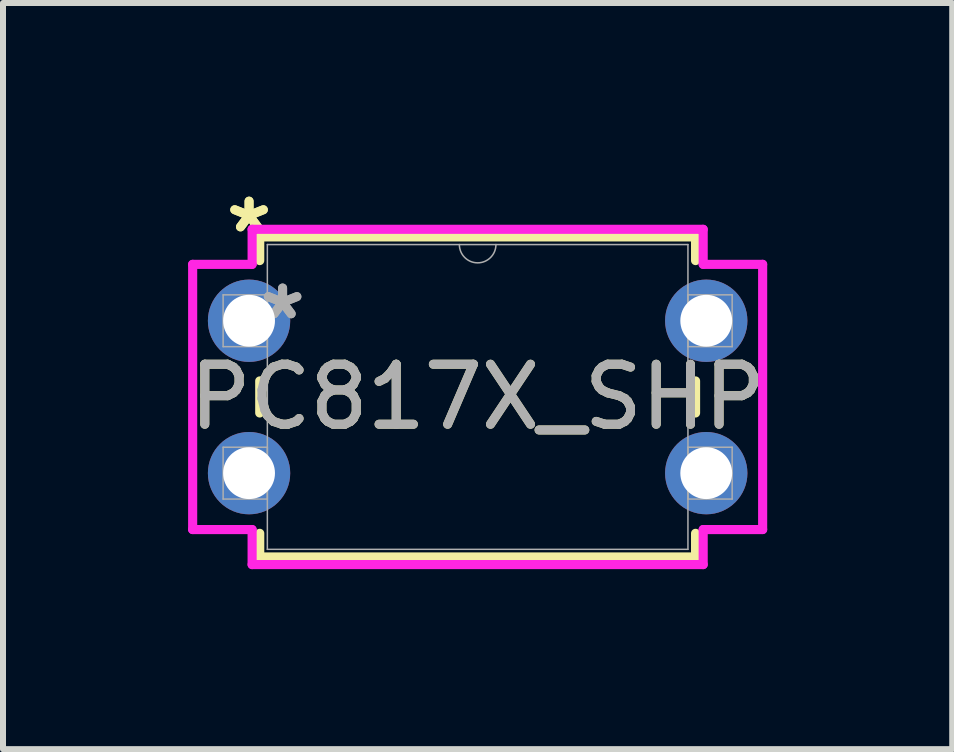
<source format=kicad_pcb>
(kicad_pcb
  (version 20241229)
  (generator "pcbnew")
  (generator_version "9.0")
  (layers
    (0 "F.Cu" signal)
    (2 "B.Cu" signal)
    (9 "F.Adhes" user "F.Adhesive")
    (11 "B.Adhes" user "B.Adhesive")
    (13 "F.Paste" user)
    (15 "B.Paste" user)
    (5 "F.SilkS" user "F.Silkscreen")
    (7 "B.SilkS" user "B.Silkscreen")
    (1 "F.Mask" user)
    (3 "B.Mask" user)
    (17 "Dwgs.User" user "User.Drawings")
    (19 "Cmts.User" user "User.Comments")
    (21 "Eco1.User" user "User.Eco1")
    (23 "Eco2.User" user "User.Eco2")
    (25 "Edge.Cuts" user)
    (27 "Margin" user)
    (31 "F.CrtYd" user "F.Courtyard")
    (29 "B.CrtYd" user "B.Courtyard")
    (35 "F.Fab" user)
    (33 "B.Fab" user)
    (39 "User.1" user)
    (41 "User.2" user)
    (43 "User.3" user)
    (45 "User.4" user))
  (footprint "PC817X_SHP"
    (layer "F.Cu")
    (at 1.101 2.296)
    (property "Reference" "PC817X_SHP" (at 3.81 1.27 0) (unlocked yes) (layer "F.SilkS") (effects (font (size 1 1) (thickness 0.15))))
    (attr through_hole)
    (fp_line (start 0.178 -1.397) (end 0.178 -1.003) (stroke (width 0.152) (type solid)) (layer "F.SilkS"))
    (fp_line (start 0.178 1.003) (end 0.178 1.537) (stroke (width 0.152) (type solid)) (layer "F.SilkS"))
    (fp_line (start 0.178 3.543) (end 0.178 3.937) (stroke (width 0.152) (type solid)) (layer "F.SilkS"))
    (fp_line (start 0.178 3.937) (end 7.442 3.937) (stroke (width 0.152) (type solid)) (layer "F.SilkS"))
    (fp_line (start 7.442 -1.397) (end 0.178 -1.397) (stroke (width 0.152) (type solid)) (layer "F.SilkS"))
    (fp_line (start 7.442 -1.003) (end 7.442 -1.397) (stroke (width 0.152) (type solid)) (layer "F.SilkS"))
    (fp_line (start 7.442 1.537) (end 7.442 1.003) (stroke (width 0.152) (type solid)) (layer "F.SilkS"))
    (fp_line (start 7.442 3.937) (end 7.442 3.543) (stroke (width 0.152) (type solid)) (layer "F.SilkS"))
    (fp_line (start -0.94 -0.94) (end 0.051 -0.94) (stroke (width 0.152) (type solid)) (layer "F.CrtYd"))
    (fp_line (start -0.94 3.48) (end -0.94 -0.94) (stroke (width 0.152) (type solid)) (layer "F.CrtYd"))
    (fp_line (start 0.051 -1.524) (end 7.569 -1.524) (stroke (width 0.152) (type solid)) (layer "F.CrtYd"))
    (fp_line (start 0.051 -0.94) (end 0.051 -1.524) (stroke (width 0.152) (type solid)) (layer "F.CrtYd"))
    (fp_line (start 0.051 3.48) (end -0.94 3.48) (stroke (width 0.152) (type solid)) (layer "F.CrtYd"))
    (fp_line (start 0.051 4.064) (end 0.051 3.48) (stroke (width 0.152) (type solid)) (layer "F.CrtYd"))
    (fp_line (start 7.569 -1.524) (end 7.569 -0.94) (stroke (width 0.152) (type solid)) (layer "F.CrtYd"))
    (fp_line (start 7.569 3.48) (end 7.569 4.064) (stroke (width 0.152) (type solid)) (layer "F.CrtYd"))
    (fp_line (start 7.569 4.064) (end 0.051 4.064) (stroke (width 0.152) (type solid)) (layer "F.CrtYd"))
    (fp_line (start 8.56 -0.94) (end 7.569 -0.94) (stroke (width 0.152) (type solid)) (layer "F.CrtYd"))
    (fp_line (start 8.56 -0.94) (end 8.56 3.48) (stroke (width 0.152) (type solid)) (layer "F.CrtYd"))
    (fp_line (start 8.56 3.48) (end 7.569 3.48) (stroke (width 0.152) (type solid)) (layer "F.CrtYd"))
    (fp_line (start -0.432 -0.432) (end -0.432 0.432) (stroke (width 0.025) (type solid)) (layer "F.Fab"))
    (fp_line (start -0.432 0.432) (end 0.305 0.432) (stroke (width 0.025) (type solid)) (layer "F.Fab"))
    (fp_line (start -0.432 2.108) (end -0.432 2.972) (stroke (width 0.025) (type solid)) (layer "F.Fab"))
    (fp_line (start -0.432 2.972) (end 0.305 2.972) (stroke (width 0.025) (type solid)) (layer "F.Fab"))
    (fp_line (start 0.305 -1.27) (end 0.305 3.81) (stroke (width 0.025) (type solid)) (layer "F.Fab"))
    (fp_line (start 0.305 -0.432) (end -0.432 -0.432) (stroke (width 0.025) (type solid)) (layer "F.Fab"))
    (fp_line (start 0.305 0.432) (end 0.305 -0.432) (stroke (width 0.025) (type solid)) (layer "F.Fab"))
    (fp_line (start 0.305 2.108) (end -0.432 2.108) (stroke (width 0.025) (type solid)) (layer "F.Fab"))
    (fp_line (start 0.305 2.972) (end 0.305 2.108) (stroke (width 0.025) (type solid)) (layer "F.Fab"))
    (fp_line (start 0.305 3.81) (end 7.315 3.81) (stroke (width 0.025) (type solid)) (layer "F.Fab"))
    (fp_line (start 7.315 -1.27) (end 0.305 -1.27) (stroke (width 0.025) (type solid)) (layer "F.Fab"))
    (fp_line (start 7.315 -0.432) (end 7.315 0.432) (stroke (width 0.025) (type solid)) (layer "F.Fab"))
    (fp_line (start 7.315 0.432) (end 8.052 0.432) (stroke (width 0.025) (type solid)) (layer "F.Fab"))
    (fp_line (start 7.315 2.108) (end 7.315 2.972) (stroke (width 0.025) (type solid)) (layer "F.Fab"))
    (fp_line (start 7.315 2.972) (end 8.052 2.972) (stroke (width 0.025) (type solid)) (layer "F.Fab"))
    (fp_line (start 7.315 3.81) (end 7.315 -1.27) (stroke (width 0.025) (type solid)) (layer "F.Fab"))
    (fp_line (start 8.052 -0.432) (end 7.315 -0.432) (stroke (width 0.025) (type solid)) (layer "F.Fab"))
    (fp_line (start 8.052 0.432) (end 8.052 -0.432) (stroke (width 0.025) (type solid)) (layer "F.Fab"))
    (fp_line (start 8.052 2.108) (end 7.315 2.108) (stroke (width 0.025) (type solid)) (layer "F.Fab"))
    (fp_line (start 8.052 2.972) (end 8.052 2.108) (stroke (width 0.025) (type solid)) (layer "F.Fab"))
    (fp_arc (start 4.1148 -1.27) (mid 3.81 -0.9652) (end 3.5052 -1.27) (stroke (width 0.0254) (type solid)) (layer "F.Fab"))
    (fp_text user "*" (at 0 -1.448 0) (unlocked yes) (layer "F.SilkS") (effects (font (size 1 1) (thickness 0.15))))
    (fp_text user "*" (at 0 -1.448 0) (layer "F.SilkS") (effects (font (size 1 1) (thickness 0.15))))
    (fp_text user "${REFERENCE}" (at 3.81 1.27 0) (unlocked yes) (layer "F.Fab") (effects (font (size 1 1) (thickness 0.15))))
    (fp_text user "*" (at 0.559 0 0) (unlocked yes) (layer "F.Fab") (effects (font (size 1 1) (thickness 0.15))))
    (fp_text user "*" (at 0.559 0 0) (layer "F.Fab") (effects (font (size 1 1) (thickness 0.15))))
    (pad "1" thru_hole circle (at 0 0) (size 1.372 1.372) (drill 0.864) (layers "*.Cu" "*.Mask"))
    (pad "2" thru_hole circle (at 0 2.54) (size 1.372 1.372) (drill 0.864) (layers "*.Cu" "*.Mask"))
    (pad "3" thru_hole circle (at 7.62 2.54) (size 1.372 1.372) (drill 0.864) (layers "*.Cu" "*.Mask"))
    (pad "4" thru_hole circle (at 7.62 0) (size 1.372 1.372) (drill 0.864) (layers "*.Cu" "*.Mask")))
  (gr_rect
    (start -3 -3)
    (end 12.821 9.436)
    (stroke (width 0.1) (type default))
    (fill no)
    (layer "Edge.Cuts")))
</source>
